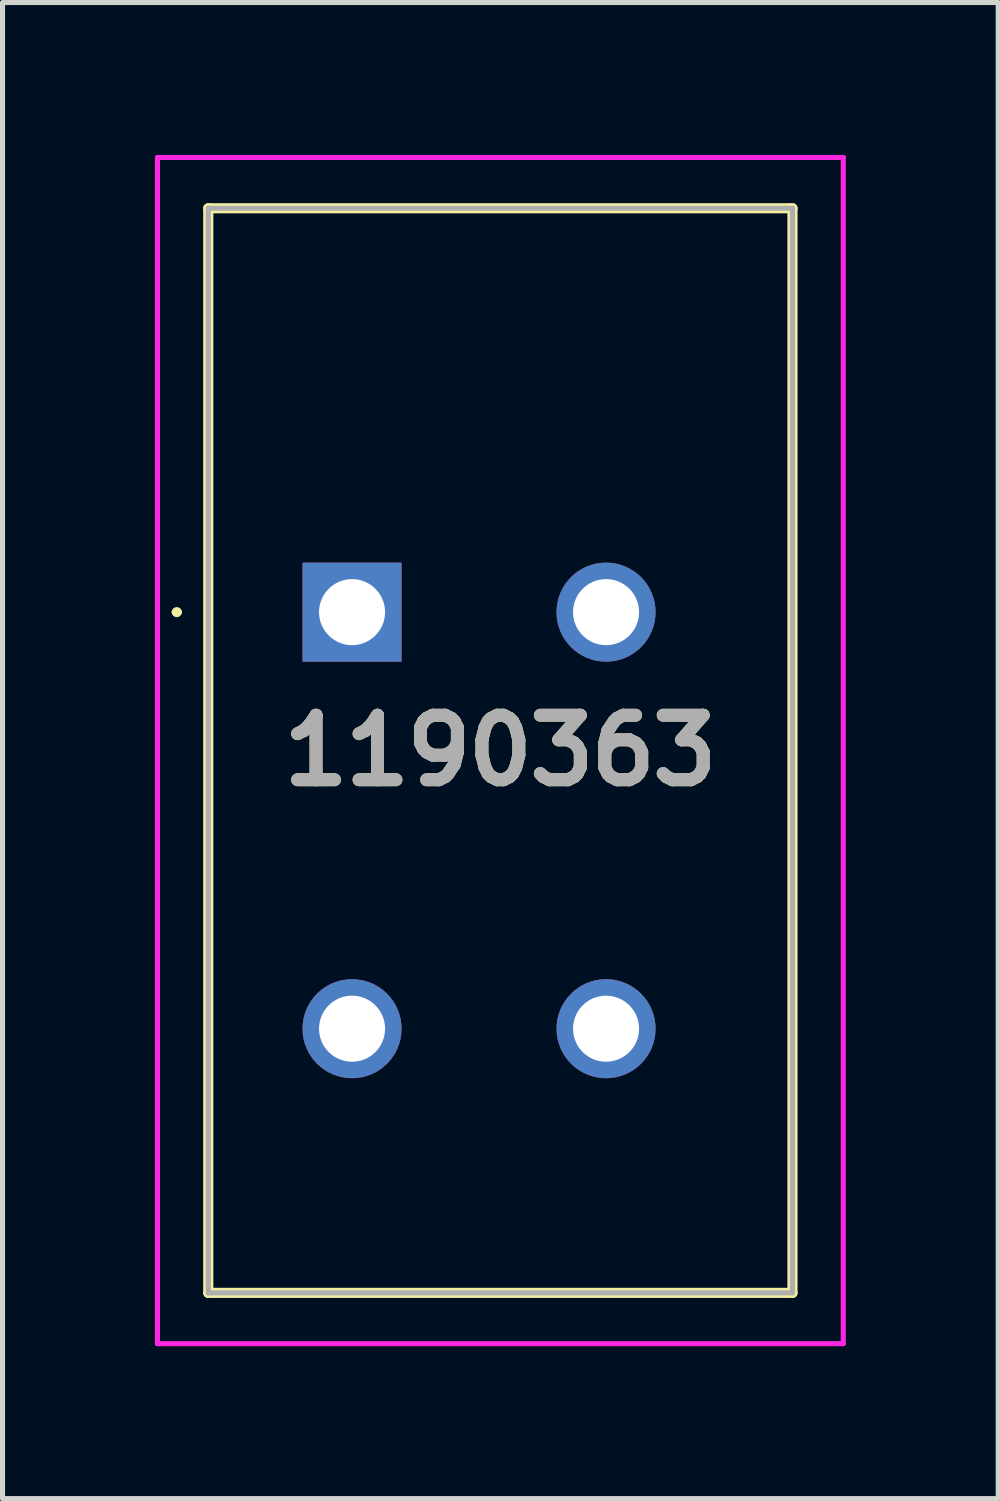
<source format=kicad_pcb>
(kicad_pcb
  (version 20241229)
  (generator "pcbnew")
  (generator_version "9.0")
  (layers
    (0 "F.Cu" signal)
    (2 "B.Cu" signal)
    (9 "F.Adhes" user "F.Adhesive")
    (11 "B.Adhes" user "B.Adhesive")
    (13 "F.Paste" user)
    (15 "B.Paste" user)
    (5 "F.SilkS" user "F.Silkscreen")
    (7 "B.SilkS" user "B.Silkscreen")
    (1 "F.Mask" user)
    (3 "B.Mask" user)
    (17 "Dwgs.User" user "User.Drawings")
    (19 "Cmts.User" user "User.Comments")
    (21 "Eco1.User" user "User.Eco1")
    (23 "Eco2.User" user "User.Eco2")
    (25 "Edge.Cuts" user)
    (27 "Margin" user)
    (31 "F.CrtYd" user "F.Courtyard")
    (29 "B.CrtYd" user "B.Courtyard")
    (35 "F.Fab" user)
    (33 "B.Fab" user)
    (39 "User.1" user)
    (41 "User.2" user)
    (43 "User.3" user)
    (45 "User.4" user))
  (footprint "1190363"
    (layer "F.Cu")
    (at 3.88 9)
    (property "Reference" "1190363" (at 2.92 2.725 0) (layer "F.SilkS") (effects (font (size 1.27 1.27) (thickness 0.254))))
    (attr through_hole)
    (fp_line (start -3.5 0) (end -3.5 0) (stroke (width 0.1) (type solid)) (layer "F.SilkS"))
    (fp_line (start -3.4 0) (end -3.4 0) (stroke (width 0.1) (type solid)) (layer "F.SilkS"))
    (fp_line (start -2.83 -7.95) (end 8.67 -7.95) (stroke (width 0.2) (type solid)) (layer "F.SilkS"))
    (fp_line (start -2.83 13.4) (end -2.83 -7.95) (stroke (width 0.2) (type solid)) (layer "F.SilkS"))
    (fp_line (start 8.67 -7.95) (end 8.67 13.4) (stroke (width 0.2) (type solid)) (layer "F.SilkS"))
    (fp_line (start 8.67 13.4) (end -2.83 13.4) (stroke (width 0.2) (type solid)) (layer "F.SilkS"))
    (fp_arc (start -3.5 0) (mid -3.45 -0.05) (end -3.4 0) (stroke (width 0.1) (type solid)) (layer "F.SilkS"))
    (fp_arc (start -3.4 0) (mid -3.45 0.05) (end -3.5 0) (stroke (width 0.1) (type solid)) (layer "F.SilkS"))
    (fp_line (start -3.83 -8.95) (end 9.67 -8.95) (stroke (width 0.1) (type solid)) (layer "F.CrtYd"))
    (fp_line (start -3.83 14.4) (end -3.83 -8.95) (stroke (width 0.1) (type solid)) (layer "F.CrtYd"))
    (fp_line (start 9.67 -8.95) (end 9.67 14.4) (stroke (width 0.1) (type solid)) (layer "F.CrtYd"))
    (fp_line (start 9.67 14.4) (end -3.83 14.4) (stroke (width 0.1) (type solid)) (layer "F.CrtYd"))
    (fp_line (start -2.83 -7.95) (end -2.83 13.4) (stroke (width 0.1) (type solid)) (layer "F.Fab"))
    (fp_line (start -2.83 13.4) (end 8.67 13.4) (stroke (width 0.1) (type solid)) (layer "F.Fab"))
    (fp_line (start 8.67 -7.95) (end -2.83 -7.95) (stroke (width 0.1) (type solid)) (layer "F.Fab"))
    (fp_line (start 8.67 13.4) (end 8.67 -7.95) (stroke (width 0.1) (type solid)) (layer "F.Fab"))
    (fp_text user "${REFERENCE}" (at 2.92 2.725 0) (layer "F.Fab") (effects (font (size 1.27 1.27) (thickness 0.254))))
    (pad "1" thru_hole rect (at 0 0) (size 1.95 1.95) (drill 1.3) (layers "*.Cu" "*.Mask"))
    (pad "2" thru_hole circle (at 0 8.2) (size 1.95 1.95) (drill 1.3) (layers "*.Cu" "*.Mask"))
    (pad "3" thru_hole circle (at 5 0) (size 1.95 1.95) (drill 1.3) (layers "*.Cu" "*.Mask"))
    (pad "4" thru_hole circle (at 5 8.2) (size 1.95 1.95) (drill 1.3) (layers "*.Cu" "*.Mask")))
  (gr_rect
    (start -3 -3)
    (end 16.6 26.45)
    (stroke (width 0.1) (type default))
    (fill no)
    (layer "Edge.Cuts")))
</source>
